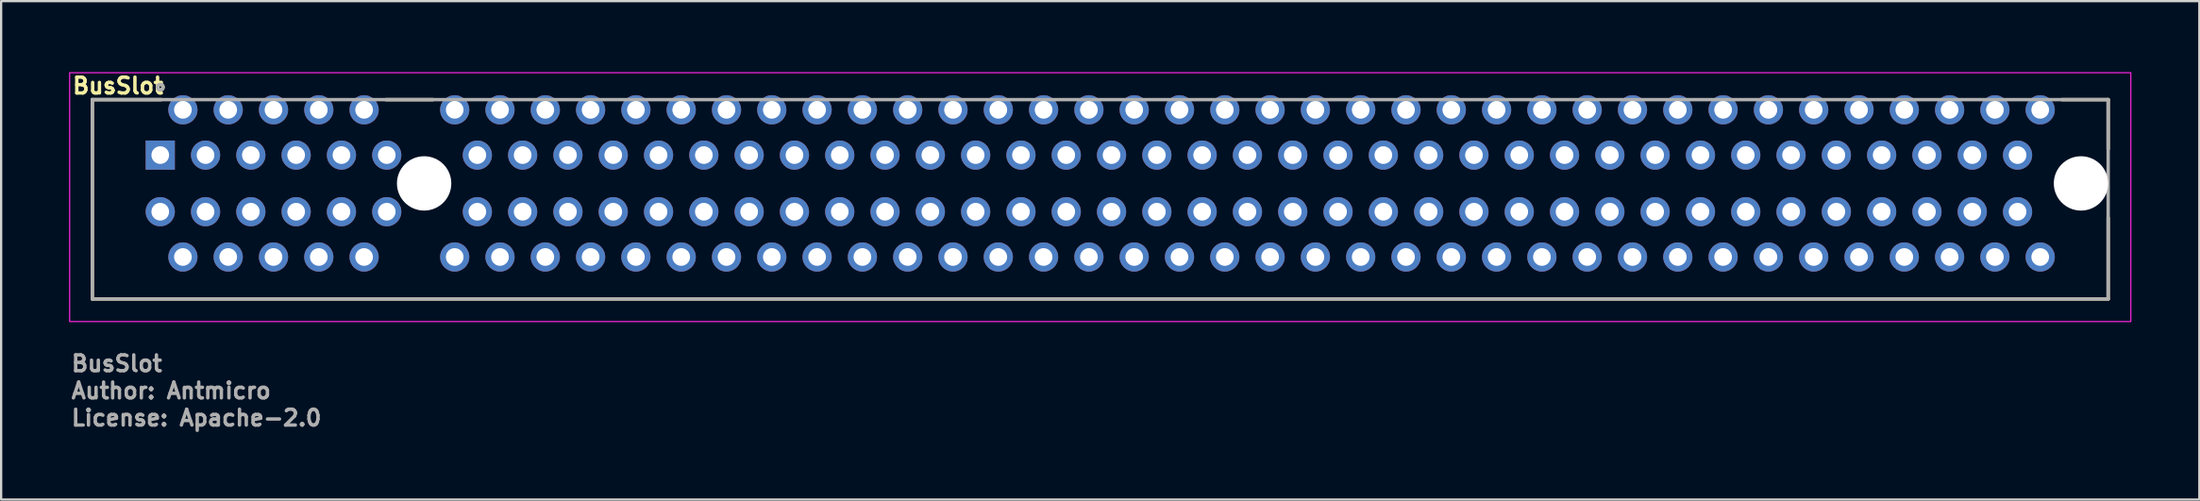
<source format=kicad_pcb>
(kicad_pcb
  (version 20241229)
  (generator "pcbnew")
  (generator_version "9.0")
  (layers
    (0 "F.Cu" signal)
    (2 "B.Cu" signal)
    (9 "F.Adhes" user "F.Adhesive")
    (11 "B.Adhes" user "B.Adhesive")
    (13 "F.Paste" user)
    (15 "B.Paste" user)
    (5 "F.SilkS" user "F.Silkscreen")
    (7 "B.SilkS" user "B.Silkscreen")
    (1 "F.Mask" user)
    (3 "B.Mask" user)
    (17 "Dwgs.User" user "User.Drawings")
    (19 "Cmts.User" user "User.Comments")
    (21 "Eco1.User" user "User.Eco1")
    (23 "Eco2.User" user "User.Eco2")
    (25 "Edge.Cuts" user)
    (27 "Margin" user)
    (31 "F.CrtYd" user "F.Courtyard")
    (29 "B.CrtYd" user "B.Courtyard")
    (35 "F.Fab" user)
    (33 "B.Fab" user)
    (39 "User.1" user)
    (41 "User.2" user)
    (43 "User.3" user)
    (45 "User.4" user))
  (footprint "BusSlot"
    (layer "F.Cu")
    (at 4.025 3.8)
    (property "Reference" "BusSlot" (at -3.95 -2.65 0) (layer "F.SilkS") (effects (font (size 0.7 0.7) (thickness 0.15)) (justify left bottom)))
    (attr through_hole)
    (fp_line (start -3 -2.45) (end 0.036 -2.45) (stroke (width 0.15) (type solid)) (layer "F.SilkS"))
    (fp_line (start -3 6.35) (end -3 -2.45) (stroke (width 0.15) (type solid)) (layer "F.SilkS"))
    (fp_line (start 9.964 -2.45) (end 12.036 -2.45) (stroke (width 0.15) (type solid)) (layer "F.SilkS"))
    (fp_line (start 83.964 -2.45) (end 86 -2.45) (stroke (width 0.15) (type solid)) (layer "F.SilkS"))
    (fp_line (start 86 -2.45) (end 86 -0.27) (stroke (width 0.15) (type solid)) (layer "F.SilkS"))
    (fp_line (start 86 6.35) (end -3 6.35) (stroke (width 0.15) (type solid)) (layer "F.SilkS"))
    (fp_line (start 86 6.35) (end 86 2.77) (stroke (width 0.15) (type solid)) (layer "F.SilkS"))
    (fp_circle (center 0 -3) (end 0.05 -3) (stroke (width 0.15) (type solid)) (fill no) (layer "F.SilkS"))
    (fp_rect (start -4 -3.64) (end 87 7.35) (stroke (width 0.05) (type solid)) (fill no) (layer "F.CrtYd"))
    (fp_line (start -3 -2.45) (end 86 -2.45) (stroke (width 0.15) (type solid)) (layer "F.Fab"))
    (fp_line (start -3 6.35) (end -3 -2.45) (stroke (width 0.15) (type solid)) (layer "F.Fab"))
    (fp_line (start 86 -2.45) (end 86 6.35) (stroke (width 0.15) (type solid)) (layer "F.Fab"))
    (fp_line (start 86 6.35) (end -3 6.35) (stroke (width 0.15) (type solid)) (layer "F.Fab"))
    (fp_circle (center 0 -3) (end 0.05 -3) (stroke (width 0.15) (type solid)) (fill no) (layer "F.Fab"))
    (fp_rect (start -3 -2.45) (end 86 6.35) (stroke (width 0.1) (type solid)) (fill no) (layer "User.5"))
    (fp_line (start -3 -2.45) (end -3 4.95) (stroke (width 0.02) (type solid)) (layer "User.9"))
    (fp_line (start -3 4.95) (end 2.5 4.95) (stroke (width 0.02) (type solid)) (layer "User.9"))
    (fp_line (start -3 6.35) (end -3 4.95) (stroke (width 0.02) (type solid)) (layer "User.9"))
    (fp_line (start -3 6.35) (end 2.5 6.35) (stroke (width 0.02) (type solid)) (layer "User.9"))
    (fp_line (start -1.44 -0.05) (end -1.04 0.35) (stroke (width 0.02) (type solid)) (layer "User.9"))
    (fp_line (start -1.44 -0.05) (end 11.01 -0.05) (stroke (width 0.02) (type solid)) (layer "User.9"))
    (fp_line (start -1.44 2.55) (end -1.44 -0.05) (stroke (width 0.02) (type solid)) (layer "User.9"))
    (fp_line (start -1.04 0.35) (end -1.04 2.15) (stroke (width 0.02) (type solid)) (layer "User.9"))
    (fp_line (start -1.04 2.15) (end -1.44 2.55) (stroke (width 0.02) (type solid)) (layer "User.9"))
    (fp_line (start -1.04 2.15) (end 10.61 2.15) (stroke (width 0.02) (type solid)) (layer "User.9"))
    (fp_line (start 2.5 4.95) (end 2.5 6.35) (stroke (width 0.02) (type solid)) (layer "User.9"))
    (fp_line (start 4 4.95) (end 2.5 4.95) (stroke (width 0.02) (type solid)) (layer "User.9"))
    (fp_line (start 4 4.95) (end 11 4.95) (stroke (width 0.02) (type solid)) (layer "User.9"))
    (fp_line (start 4 6.35) (end 4 4.95) (stroke (width 0.02) (type solid)) (layer "User.9"))
    (fp_line (start 4 6.35) (end 11 6.35) (stroke (width 0.02) (type solid)) (layer "User.9"))
    (fp_line (start 10.61 0.35) (end -1.04 0.35) (stroke (width 0.02) (type solid)) (layer "User.9"))
    (fp_line (start 10.61 2.15) (end 10.61 0.35) (stroke (width 0.02) (type solid)) (layer "User.9"))
    (fp_line (start 10.61 2.15) (end 11.01 2.55) (stroke (width 0.02) (type solid)) (layer "User.9"))
    (fp_line (start 11 4.95) (end 11 6.35) (stroke (width 0.02) (type solid)) (layer "User.9"))
    (fp_line (start 11.01 -0.05) (end 10.61 0.35) (stroke (width 0.02) (type solid)) (layer "User.9"))
    (fp_line (start 11.01 -0.05) (end 11.01 2.55) (stroke (width 0.02) (type solid)) (layer "User.9"))
    (fp_line (start 11.01 2.55) (end -1.44 2.55) (stroke (width 0.02) (type solid)) (layer "User.9"))
    (fp_line (start 11.99 -0.05) (end 12.39 0.35) (stroke (width 0.02) (type solid)) (layer "User.9"))
    (fp_line (start 11.99 -0.05) (end 84.44 -0.05) (stroke (width 0.02) (type solid)) (layer "User.9"))
    (fp_line (start 11.99 2.55) (end 11.99 -0.05) (stroke (width 0.02) (type solid)) (layer "User.9"))
    (fp_line (start 12.39 0.35) (end 12.39 2.15) (stroke (width 0.02) (type solid)) (layer "User.9"))
    (fp_line (start 12.39 2.15) (end 11.99 2.55) (stroke (width 0.02) (type solid)) (layer "User.9"))
    (fp_line (start 12.39 2.15) (end 84.04 2.15) (stroke (width 0.02) (type solid)) (layer "User.9"))
    (fp_line (start 12.5 4.95) (end 11 4.95) (stroke (width 0.02) (type solid)) (layer "User.9"))
    (fp_line (start 12.5 4.95) (end 19.5 4.95) (stroke (width 0.02) (type solid)) (layer "User.9"))
    (fp_line (start 12.5 6.35) (end 12.5 4.95) (stroke (width 0.02) (type solid)) (layer "User.9"))
    (fp_line (start 12.5 6.35) (end 19.5 6.35) (stroke (width 0.02) (type solid)) (layer "User.9"))
    (fp_line (start 19.5 4.95) (end 19.5 6.35) (stroke (width 0.02) (type solid)) (layer "User.9"))
    (fp_line (start 21 4.95) (end 19.5 4.95) (stroke (width 0.02) (type solid)) (layer "User.9"))
    (fp_line (start 21 4.95) (end 28 4.95) (stroke (width 0.02) (type solid)) (layer "User.9"))
    (fp_line (start 21 6.35) (end 21 4.95) (stroke (width 0.02) (type solid)) (layer "User.9"))
    (fp_line (start 21 6.35) (end 28 6.35) (stroke (width 0.02) (type solid)) (layer "User.9"))
    (fp_line (start 28 4.95) (end 28 6.35) (stroke (width 0.02) (type solid)) (layer "User.9"))
    (fp_line (start 29.5 4.95) (end 28 4.95) (stroke (width 0.02) (type solid)) (layer "User.9"))
    (fp_line (start 29.5 4.95) (end 36.5 4.95) (stroke (width 0.02) (type solid)) (layer "User.9"))
    (fp_line (start 29.5 6.35) (end 29.5 4.95) (stroke (width 0.02) (type solid)) (layer "User.9"))
    (fp_line (start 29.5 6.35) (end 36.5 6.35) (stroke (width 0.02) (type solid)) (layer "User.9"))
    (fp_line (start 36.5 4.95) (end 36.5 6.35) (stroke (width 0.02) (type solid)) (layer "User.9"))
    (fp_line (start 38 4.95) (end 36.5 4.95) (stroke (width 0.02) (type solid)) (layer "User.9"))
    (fp_line (start 38 4.95) (end 45 4.95) (stroke (width 0.02) (type solid)) (layer "User.9"))
    (fp_line (start 38 6.35) (end 38 4.95) (stroke (width 0.02) (type solid)) (layer "User.9"))
    (fp_line (start 38 6.35) (end 45 6.35) (stroke (width 0.02) (type solid)) (layer "User.9"))
    (fp_line (start 45 4.95) (end 45 6.35) (stroke (width 0.02) (type solid)) (layer "User.9"))
    (fp_line (start 46.5 4.95) (end 45 4.95) (stroke (width 0.02) (type solid)) (layer "User.9"))
    (fp_line (start 46.5 4.95) (end 53.5 4.95) (stroke (width 0.02) (type solid)) (layer "User.9"))
    (fp_line (start 46.5 6.35) (end 46.5 4.95) (stroke (width 0.02) (type solid)) (layer "User.9"))
    (fp_line (start 46.5 6.35) (end 53.5 6.35) (stroke (width 0.02) (type solid)) (layer "User.9"))
    (fp_line (start 53.5 4.95) (end 53.5 6.35) (stroke (width 0.02) (type solid)) (layer "User.9"))
    (fp_line (start 55 4.95) (end 53.5 4.95) (stroke (width 0.02) (type solid)) (layer "User.9"))
    (fp_line (start 55 4.95) (end 62 4.95) (stroke (width 0.02) (type solid)) (layer "User.9"))
    (fp_line (start 55 6.35) (end 55 4.95) (stroke (width 0.02) (type solid)) (layer "User.9"))
    (fp_line (start 55 6.35) (end 62 6.35) (stroke (width 0.02) (type solid)) (layer "User.9"))
    (fp_line (start 62 4.95) (end 62 6.35) (stroke (width 0.02) (type solid)) (layer "User.9"))
    (fp_line (start 63.5 4.95) (end 62 4.95) (stroke (width 0.02) (type solid)) (layer "User.9"))
    (fp_line (start 63.5 4.95) (end 70.5 4.95) (stroke (width 0.02) (type solid)) (layer "User.9"))
    (fp_line (start 63.5 6.35) (end 63.5 4.95) (stroke (width 0.02) (type solid)) (layer "User.9"))
    (fp_line (start 63.5 6.35) (end 70.5 6.35) (stroke (width 0.02) (type solid)) (layer "User.9"))
    (fp_line (start 70.5 4.95) (end 70.5 6.35) (stroke (width 0.02) (type solid)) (layer "User.9"))
    (fp_line (start 72 4.95) (end 70.5 4.95) (stroke (width 0.02) (type solid)) (layer "User.9"))
    (fp_line (start 72 4.95) (end 79 4.95) (stroke (width 0.02) (type solid)) (layer "User.9"))
    (fp_line (start 72 6.35) (end 72 4.95) (stroke (width 0.02) (type solid)) (layer "User.9"))
    (fp_line (start 72 6.35) (end 79 6.35) (stroke (width 0.02) (type solid)) (layer "User.9"))
    (fp_line (start 79 4.95) (end 79 6.35) (stroke (width 0.02) (type solid)) (layer "User.9"))
    (fp_line (start 80.5 4.95) (end 79 4.95) (stroke (width 0.02) (type solid)) (layer "User.9"))
    (fp_line (start 80.5 4.95) (end 86 4.95) (stroke (width 0.02) (type solid)) (layer "User.9"))
    (fp_line (start 80.5 6.35) (end 80.5 4.95) (stroke (width 0.02) (type solid)) (layer "User.9"))
    (fp_line (start 80.5 6.35) (end 86 6.35) (stroke (width 0.02) (type solid)) (layer "User.9"))
    (fp_line (start 84.04 0.35) (end 12.39 0.35) (stroke (width 0.02) (type solid)) (layer "User.9"))
    (fp_line (start 84.04 2.15) (end 84.04 0.35) (stroke (width 0.02) (type solid)) (layer "User.9"))
    (fp_line (start 84.04 2.15) (end 84.44 2.55) (stroke (width 0.02) (type solid)) (layer "User.9"))
    (fp_line (start 84.44 -0.05) (end 84.04 0.35) (stroke (width 0.02) (type solid)) (layer "User.9"))
    (fp_line (start 84.44 -0.05) (end 84.44 2.55) (stroke (width 0.02) (type solid)) (layer "User.9"))
    (fp_line (start 84.44 2.55) (end 11.99 2.55) (stroke (width 0.02) (type solid)) (layer "User.9"))
    (fp_line (start 86 -2.45) (end -3 -2.45) (stroke (width 0.02) (type solid)) (layer "User.9"))
    (fp_line (start 86 4.95) (end 86 -2.45) (stroke (width 0.02) (type solid)) (layer "User.9"))
    (fp_line (start 86 4.95) (end 86 6.35) (stroke (width 0.02) (type solid)) (layer "User.9"))
    (fp_text user "License: Apache-2.0" (at -4 12.015 0) (layer "F.Fab") (effects (font (size 0.7 0.7) (thickness 0.15)) (justify left bottom)))
    (fp_text user "${REFERENCE}" (at -4 9.615 0) (layer "F.Fab") (effects (font (size 0.7 0.7) (thickness 0.15)) (justify left bottom)))
    (fp_text user "Author: Antmicro" (at -4 10.815 0) (layer "F.Fab") (effects (font (size 0.7 0.7) (thickness 0.15)) (justify left bottom)))
    (pad "" np_thru_hole circle (at 11.65 1.25) (size 2.4 2.4) (drill 2.4) (layers "*.Cu" "*.Mask"))
    (pad "" np_thru_hole circle (at 84.8 1.25) (size 2.4 2.4) (drill 2.4) (layers "*.Cu" "*.Mask"))
    (pad "A1" thru_hole rect (at 0 0) (size 1.288 1.288) (drill 0.78) (layers "*.Cu" "*.Mask"))
    (pad "A2" thru_hole circle (at 1 -2) (size 1.288 1.288) (drill 0.78) (layers "*.Cu" "*.Mask"))
    (pad "A3" thru_hole circle (at 2 0) (size 1.288 1.288) (drill 0.78) (layers "*.Cu" "*.Mask"))
    (pad "A4" thru_hole circle (at 3 -2) (size 1.288 1.288) (drill 0.78) (layers "*.Cu" "*.Mask"))
    (pad "A5" thru_hole circle (at 4 0) (size 1.288 1.288) (drill 0.78) (layers "*.Cu" "*.Mask"))
    (pad "A6" thru_hole circle (at 5 -2) (size 1.288 1.288) (drill 0.78) (layers "*.Cu" "*.Mask"))
    (pad "A7" thru_hole circle (at 6 0) (size 1.288 1.288) (drill 0.78) (layers "*.Cu" "*.Mask"))
    (pad "A8" thru_hole circle (at 7 -2) (size 1.288 1.288) (drill 0.78) (layers "*.Cu" "*.Mask"))
    (pad "A9" thru_hole circle (at 8 0) (size 1.288 1.288) (drill 0.78) (layers "*.Cu" "*.Mask"))
    (pad "A10" thru_hole circle (at 9 -2) (size 1.288 1.288) (drill 0.78) (layers "*.Cu" "*.Mask"))
    (pad "A11" thru_hole circle (at 10 0) (size 1.288 1.288) (drill 0.78) (layers "*.Cu" "*.Mask"))
    (pad "A12" thru_hole circle (at 13 -2) (size 1.288 1.288) (drill 0.78) (layers "*.Cu" "*.Mask"))
    (pad "A13" thru_hole circle (at 14 0) (size 1.288 1.288) (drill 0.78) (layers "*.Cu" "*.Mask"))
    (pad "A14" thru_hole circle (at 15 -2) (size 1.288 1.288) (drill 0.78) (layers "*.Cu" "*.Mask"))
    (pad "A15" thru_hole circle (at 16 0) (size 1.288 1.288) (drill 0.78) (layers "*.Cu" "*.Mask"))
    (pad "A16" thru_hole circle (at 17 -2) (size 1.288 1.288) (drill 0.78) (layers "*.Cu" "*.Mask"))
    (pad "A17" thru_hole circle (at 18 0) (size 1.288 1.288) (drill 0.78) (layers "*.Cu" "*.Mask"))
    (pad "A18" thru_hole circle (at 19 -2) (size 1.288 1.288) (drill 0.78) (layers "*.Cu" "*.Mask"))
    (pad "A19" thru_hole circle (at 20 0) (size 1.288 1.288) (drill 0.78) (layers "*.Cu" "*.Mask"))
    (pad "A20" thru_hole circle (at 21 -2) (size 1.288 1.288) (drill 0.78) (layers "*.Cu" "*.Mask"))
    (pad "A21" thru_hole circle (at 22 0) (size 1.288 1.288) (drill 0.78) (layers "*.Cu" "*.Mask"))
    (pad "A22" thru_hole circle (at 23 -2) (size 1.288 1.288) (drill 0.78) (layers "*.Cu" "*.Mask"))
    (pad "A23" thru_hole circle (at 24 0) (size 1.288 1.288) (drill 0.78) (layers "*.Cu" "*.Mask"))
    (pad "A24" thru_hole circle (at 25 -2) (size 1.288 1.288) (drill 0.78) (layers "*.Cu" "*.Mask"))
    (pad "A25" thru_hole circle (at 26 0) (size 1.288 1.288) (drill 0.78) (layers "*.Cu" "*.Mask"))
    (pad "A26" thru_hole circle (at 27 -2) (size 1.288 1.288) (drill 0.78) (layers "*.Cu" "*.Mask"))
    (pad "A27" thru_hole circle (at 28 0) (size 1.288 1.288) (drill 0.78) (layers "*.Cu" "*.Mask"))
    (pad "A28" thru_hole circle (at 29 -2) (size 1.288 1.288) (drill 0.78) (layers "*.Cu" "*.Mask"))
    (pad "A29" thru_hole circle (at 30 0) (size 1.288 1.288) (drill 0.78) (layers "*.Cu" "*.Mask"))
    (pad "A30" thru_hole circle (at 31 -2) (size 1.288 1.288) (drill 0.78) (layers "*.Cu" "*.Mask"))
    (pad "A31" thru_hole circle (at 32 0) (size 1.288 1.288) (drill 0.78) (layers "*.Cu" "*.Mask"))
    (pad "A32" thru_hole circle (at 33 -2) (size 1.288 1.288) (drill 0.78) (layers "*.Cu" "*.Mask"))
    (pad "A33" thru_hole circle (at 34 0) (size 1.288 1.288) (drill 0.78) (layers "*.Cu" "*.Mask"))
    (pad "A34" thru_hole circle (at 35 -2) (size 1.288 1.288) (drill 0.78) (layers "*.Cu" "*.Mask"))
    (pad "A35" thru_hole circle (at 36 0) (size 1.288 1.288) (drill 0.78) (layers "*.Cu" "*.Mask"))
    (pad "A36" thru_hole circle (at 37 -2) (size 1.288 1.288) (drill 0.78) (layers "*.Cu" "*.Mask"))
    (pad "A37" thru_hole circle (at 38 0) (size 1.288 1.288) (drill 0.78) (layers "*.Cu" "*.Mask"))
    (pad "A38" thru_hole circle (at 39 -2) (size 1.288 1.288) (drill 0.78) (layers "*.Cu" "*.Mask"))
    (pad "A39" thru_hole circle (at 40 0) (size 1.288 1.288) (drill 0.78) (layers "*.Cu" "*.Mask"))
    (pad "A40" thru_hole circle (at 41 -2) (size 1.288 1.288) (drill 0.78) (layers "*.Cu" "*.Mask"))
    (pad "A41" thru_hole circle (at 42 0) (size 1.288 1.288) (drill 0.78) (layers "*.Cu" "*.Mask"))
    (pad "A42" thru_hole circle (at 43 -2) (size 1.288 1.288) (drill 0.78) (layers "*.Cu" "*.Mask"))
    (pad "A43" thru_hole circle (at 44 0) (size 1.288 1.288) (drill 0.78) (layers "*.Cu" "*.Mask"))
    (pad "A44" thru_hole circle (at 45 -2) (size 1.288 1.288) (drill 0.78) (layers "*.Cu" "*.Mask"))
    (pad "A45" thru_hole circle (at 46 0) (size 1.288 1.288) (drill 0.78) (layers "*.Cu" "*.Mask"))
    (pad "A46" thru_hole circle (at 47 -2) (size 1.288 1.288) (drill 0.78) (layers "*.Cu" "*.Mask"))
    (pad "A47" thru_hole circle (at 48 0) (size 1.288 1.288) (drill 0.78) (layers "*.Cu" "*.Mask"))
    (pad "A48" thru_hole circle (at 49 -2) (size 1.288 1.288) (drill 0.78) (layers "*.Cu" "*.Mask"))
    (pad "A49" thru_hole circle (at 50 0) (size 1.288 1.288) (drill 0.78) (layers "*.Cu" "*.Mask"))
    (pad "A50" thru_hole circle (at 51 -2) (size 1.288 1.288) (drill 0.78) (layers "*.Cu" "*.Mask"))
    (pad "A51" thru_hole circle (at 52 0) (size 1.288 1.288) (drill 0.78) (layers "*.Cu" "*.Mask"))
    (pad "A52" thru_hole circle (at 53 -2) (size 1.288 1.288) (drill 0.78) (layers "*.Cu" "*.Mask"))
    (pad "A53" thru_hole circle (at 54 0) (size 1.288 1.288) (drill 0.78) (layers "*.Cu" "*.Mask"))
    (pad "A54" thru_hole circle (at 55 -2) (size 1.288 1.288) (drill 0.78) (layers "*.Cu" "*.Mask"))
    (pad "A55" thru_hole circle (at 56 0) (size 1.288 1.288) (drill 0.78) (layers "*.Cu" "*.Mask"))
    (pad "A56" thru_hole circle (at 57 -2) (size 1.288 1.288) (drill 0.78) (layers "*.Cu" "*.Mask"))
    (pad "A57" thru_hole circle (at 58 0) (size 1.288 1.288) (drill 0.78) (layers "*.Cu" "*.Mask"))
    (pad "A58" thru_hole circle (at 59 -2) (size 1.288 1.288) (drill 0.78) (layers "*.Cu" "*.Mask"))
    (pad "A59" thru_hole circle (at 60 0) (size 1.288 1.288) (drill 0.78) (layers "*.Cu" "*.Mask"))
    (pad "A60" thru_hole circle (at 61 -2) (size 1.288 1.288) (drill 0.78) (layers "*.Cu" "*.Mask"))
    (pad "A61" thru_hole circle (at 62 0) (size 1.288 1.288) (drill 0.78) (layers "*.Cu" "*.Mask"))
    (pad "A62" thru_hole circle (at 63 -2) (size 1.288 1.288) (drill 0.78) (layers "*.Cu" "*.Mask"))
    (pad "A63" thru_hole circle (at 64 0) (size 1.288 1.288) (drill 0.78) (layers "*.Cu" "*.Mask"))
    (pad "A64" thru_hole circle (at 65 -2) (size 1.288 1.288) (drill 0.78) (layers "*.Cu" "*.Mask"))
    (pad "A65" thru_hole circle (at 66 0) (size 1.288 1.288) (drill 0.78) (layers "*.Cu" "*.Mask"))
    (pad "A66" thru_hole circle (at 67 -2) (size 1.288 1.288) (drill 0.78) (layers "*.Cu" "*.Mask"))
    (pad "A67" thru_hole circle (at 68 0) (size 1.288 1.288) (drill 0.78) (layers "*.Cu" "*.Mask"))
    (pad "A68" thru_hole circle (at 69 -2) (size 1.288 1.288) (drill 0.78) (layers "*.Cu" "*.Mask"))
    (pad "A69" thru_hole circle (at 70 0) (size 1.288 1.288) (drill 0.78) (layers "*.Cu" "*.Mask"))
    (pad "A70" thru_hole circle (at 71 -2) (size 1.288 1.288) (drill 0.78) (layers "*.Cu" "*.Mask"))
    (pad "A71" thru_hole circle (at 72 0) (size 1.288 1.288) (drill 0.78) (layers "*.Cu" "*.Mask"))
    (pad "A72" thru_hole circle (at 73 -2) (size 1.288 1.288) (drill 0.78) (layers "*.Cu" "*.Mask"))
    (pad "A73" thru_hole circle (at 74 0) (size 1.288 1.288) (drill 0.78) (layers "*.Cu" "*.Mask"))
    (pad "A74" thru_hole circle (at 75 -2) (size 1.288 1.288) (drill 0.78) (layers "*.Cu" "*.Mask"))
    (pad "A75" thru_hole circle (at 76 0) (size 1.288 1.288) (drill 0.78) (layers "*.Cu" "*.Mask"))
    (pad "A76" thru_hole circle (at 77 -2) (size 1.288 1.288) (drill 0.78) (layers "*.Cu" "*.Mask"))
    (pad "A77" thru_hole circle (at 78 0) (size 1.288 1.288) (drill 0.78) (layers "*.Cu" "*.Mask"))
    (pad "A78" thru_hole circle (at 79 -2) (size 1.288 1.288) (drill 0.78) (layers "*.Cu" "*.Mask"))
    (pad "A79" thru_hole circle (at 80 0) (size 1.288 1.288) (drill 0.78) (layers "*.Cu" "*.Mask"))
    (pad "A80" thru_hole circle (at 81 -2) (size 1.288 1.288) (drill 0.78) (layers "*.Cu" "*.Mask"))
    (pad "A81" thru_hole circle (at 82 0) (size 1.288 1.288) (drill 0.78) (layers "*.Cu" "*.Mask"))
    (pad "A82" thru_hole circle (at 83 -2) (size 1.288 1.288) (drill 0.78) (layers "*.Cu" "*.Mask"))
    (pad "B1" thru_hole circle (at 0 2.5) (size 1.288 1.288) (drill 0.78) (layers "*.Cu" "*.Mask"))
    (pad "B2" thru_hole circle (at 1 4.5) (size 1.288 1.288) (drill 0.78) (layers "*.Cu" "*.Mask"))
    (pad "B3" thru_hole circle (at 2 2.5) (size 1.288 1.288) (drill 0.78) (layers "*.Cu" "*.Mask"))
    (pad "B4" thru_hole circle (at 3 4.5) (size 1.288 1.288) (drill 0.78) (layers "*.Cu" "*.Mask"))
    (pad "B5" thru_hole circle (at 4 2.5) (size 1.288 1.288) (drill 0.78) (layers "*.Cu" "*.Mask"))
    (pad "B6" thru_hole circle (at 5 4.5) (size 1.288 1.288) (drill 0.78) (layers "*.Cu" "*.Mask"))
    (pad "B7" thru_hole circle (at 6 2.5) (size 1.288 1.288) (drill 0.78) (layers "*.Cu" "*.Mask"))
    (pad "B8" thru_hole circle (at 7 4.5) (size 1.288 1.288) (drill 0.78) (layers "*.Cu" "*.Mask"))
    (pad "B9" thru_hole circle (at 8 2.5) (size 1.288 1.288) (drill 0.78) (layers "*.Cu" "*.Mask"))
    (pad "B10" thru_hole circle (at 9 4.5) (size 1.288 1.288) (drill 0.78) (layers "*.Cu" "*.Mask"))
    (pad "B11" thru_hole circle (at 10 2.5) (size 1.288 1.288) (drill 0.78) (layers "*.Cu" "*.Mask"))
    (pad "B12" thru_hole circle (at 13 4.5) (size 1.288 1.288) (drill 0.78) (layers "*.Cu" "*.Mask"))
    (pad "B13" thru_hole circle (at 14 2.5) (size 1.288 1.288) (drill 0.78) (layers "*.Cu" "*.Mask"))
    (pad "B14" thru_hole circle (at 15 4.5) (size 1.288 1.288) (drill 0.78) (layers "*.Cu" "*.Mask"))
    (pad "B15" thru_hole circle (at 16 2.5) (size 1.288 1.288) (drill 0.78) (layers "*.Cu" "*.Mask"))
    (pad "B16" thru_hole circle (at 17 4.5) (size 1.288 1.288) (drill 0.78) (layers "*.Cu" "*.Mask"))
    (pad "B17" thru_hole circle (at 18 2.5) (size 1.288 1.288) (drill 0.78) (layers "*.Cu" "*.Mask"))
    (pad "B18" thru_hole circle (at 19 4.5) (size 1.288 1.288) (drill 0.78) (layers "*.Cu" "*.Mask"))
    (pad "B19" thru_hole circle (at 20 2.5) (size 1.288 1.288) (drill 0.78) (layers "*.Cu" "*.Mask"))
    (pad "B20" thru_hole circle (at 21 4.5) (size 1.288 1.288) (drill 0.78) (layers "*.Cu" "*.Mask"))
    (pad "B21" thru_hole circle (at 22 2.5) (size 1.288 1.288) (drill 0.78) (layers "*.Cu" "*.Mask"))
    (pad "B22" thru_hole circle (at 23 4.5) (size 1.288 1.288) (drill 0.78) (layers "*.Cu" "*.Mask"))
    (pad "B23" thru_hole circle (at 24 2.5) (size 1.288 1.288) (drill 0.78) (layers "*.Cu" "*.Mask"))
    (pad "B24" thru_hole circle (at 25 4.5) (size 1.288 1.288) (drill 0.78) (layers "*.Cu" "*.Mask"))
    (pad "B25" thru_hole circle (at 26 2.5) (size 1.288 1.288) (drill 0.78) (layers "*.Cu" "*.Mask"))
    (pad "B26" thru_hole circle (at 27 4.5) (size 1.288 1.288) (drill 0.78) (layers "*.Cu" "*.Mask"))
    (pad "B27" thru_hole circle (at 28 2.5) (size 1.288 1.288) (drill 0.78) (layers "*.Cu" "*.Mask"))
    (pad "B28" thru_hole circle (at 29 4.5) (size 1.288 1.288) (drill 0.78) (layers "*.Cu" "*.Mask"))
    (pad "B29" thru_hole circle (at 30 2.5) (size 1.288 1.288) (drill 0.78) (layers "*.Cu" "*.Mask"))
    (pad "B30" thru_hole circle (at 31 4.5) (size 1.288 1.288) (drill 0.78) (layers "*.Cu" "*.Mask"))
    (pad "B31" thru_hole circle (at 32 2.5) (size 1.288 1.288) (drill 0.78) (layers "*.Cu" "*.Mask"))
    (pad "B32" thru_hole circle (at 33 4.5) (size 1.288 1.288) (drill 0.78) (layers "*.Cu" "*.Mask"))
    (pad "B33" thru_hole circle (at 34 2.5) (size 1.288 1.288) (drill 0.78) (layers "*.Cu" "*.Mask"))
    (pad "B34" thru_hole circle (at 35 4.5) (size 1.288 1.288) (drill 0.78) (layers "*.Cu" "*.Mask"))
    (pad "B35" thru_hole circle (at 36 2.5) (size 1.288 1.288) (drill 0.78) (layers "*.Cu" "*.Mask"))
    (pad "B36" thru_hole circle (at 37 4.5) (size 1.288 1.288) (drill 0.78) (layers "*.Cu" "*.Mask"))
    (pad "B37" thru_hole circle (at 38 2.5) (size 1.288 1.288) (drill 0.78) (layers "*.Cu" "*.Mask"))
    (pad "B38" thru_hole circle (at 39 4.5) (size 1.288 1.288) (drill 0.78) (layers "*.Cu" "*.Mask"))
    (pad "B39" thru_hole circle (at 40 2.5) (size 1.288 1.288) (drill 0.78) (layers "*.Cu" "*.Mask"))
    (pad "B40" thru_hole circle (at 41 4.5) (size 1.288 1.288) (drill 0.78) (layers "*.Cu" "*.Mask"))
    (pad "B41" thru_hole circle (at 42 2.5) (size 1.288 1.288) (drill 0.78) (layers "*.Cu" "*.Mask"))
    (pad "B42" thru_hole circle (at 43 4.5) (size 1.288 1.288) (drill 0.78) (layers "*.Cu" "*.Mask"))
    (pad "B43" thru_hole circle (at 44 2.5) (size 1.288 1.288) (drill 0.78) (layers "*.Cu" "*.Mask"))
    (pad "B44" thru_hole circle (at 45 4.5) (size 1.288 1.288) (drill 0.78) (layers "*.Cu" "*.Mask"))
    (pad "B45" thru_hole circle (at 46 2.5) (size 1.288 1.288) (drill 0.78) (layers "*.Cu" "*.Mask"))
    (pad "B46" thru_hole circle (at 47 4.5) (size 1.288 1.288) (drill 0.78) (layers "*.Cu" "*.Mask"))
    (pad "B47" thru_hole circle (at 48 2.5) (size 1.288 1.288) (drill 0.78) (layers "*.Cu" "*.Mask"))
    (pad "B48" thru_hole circle (at 49 4.5) (size 1.288 1.288) (drill 0.78) (layers "*.Cu" "*.Mask"))
    (pad "B49" thru_hole circle (at 50 2.5) (size 1.288 1.288) (drill 0.78) (layers "*.Cu" "*.Mask"))
    (pad "B50" thru_hole circle (at 51 4.5) (size 1.288 1.288) (drill 0.78) (layers "*.Cu" "*.Mask"))
    (pad "B51" thru_hole circle (at 52 2.5) (size 1.288 1.288) (drill 0.78) (layers "*.Cu" "*.Mask"))
    (pad "B52" thru_hole circle (at 53 4.5) (size 1.288 1.288) (drill 0.78) (layers "*.Cu" "*.Mask"))
    (pad "B53" thru_hole circle (at 54 2.5) (size 1.288 1.288) (drill 0.78) (layers "*.Cu" "*.Mask"))
    (pad "B54" thru_hole circle (at 55 4.5) (size 1.288 1.288) (drill 0.78) (layers "*.Cu" "*.Mask"))
    (pad "B55" thru_hole circle (at 56 2.5) (size 1.288 1.288) (drill 0.78) (layers "*.Cu" "*.Mask"))
    (pad "B56" thru_hole circle (at 57 4.5) (size 1.288 1.288) (drill 0.78) (layers "*.Cu" "*.Mask"))
    (pad "B57" thru_hole circle (at 58 2.5) (size 1.288 1.288) (drill 0.78) (layers "*.Cu" "*.Mask"))
    (pad "B58" thru_hole circle (at 59 4.5) (size 1.288 1.288) (drill 0.78) (layers "*.Cu" "*.Mask"))
    (pad "B59" thru_hole circle (at 60 2.5) (size 1.288 1.288) (drill 0.78) (layers "*.Cu" "*.Mask"))
    (pad "B60" thru_hole circle (at 61 4.5) (size 1.288 1.288) (drill 0.78) (layers "*.Cu" "*.Mask"))
    (pad "B61" thru_hole circle (at 62 2.5) (size 1.288 1.288) (drill 0.78) (layers "*.Cu" "*.Mask"))
    (pad "B62" thru_hole circle (at 63 4.5) (size 1.288 1.288) (drill 0.78) (layers "*.Cu" "*.Mask"))
    (pad "B63" thru_hole circle (at 64 2.5) (size 1.288 1.288) (drill 0.78) (layers "*.Cu" "*.Mask"))
    (pad "B64" thru_hole circle (at 65 4.5) (size 1.288 1.288) (drill 0.78) (layers "*.Cu" "*.Mask"))
    (pad "B65" thru_hole circle (at 66 2.5) (size 1.288 1.288) (drill 0.78) (layers "*.Cu" "*.Mask"))
    (pad "B66" thru_hole circle (at 67 4.5) (size 1.288 1.288) (drill 0.78) (layers "*.Cu" "*.Mask"))
    (pad "B67" thru_hole circle (at 68 2.5) (size 1.288 1.288) (drill 0.78) (layers "*.Cu" "*.Mask"))
    (pad "B68" thru_hole circle (at 69 4.5) (size 1.288 1.288) (drill 0.78) (layers "*.Cu" "*.Mask"))
    (pad "B69" thru_hole circle (at 70 2.5) (size 1.288 1.288) (drill 0.78) (layers "*.Cu" "*.Mask"))
    (pad "B70" thru_hole circle (at 71 4.5) (size 1.288 1.288) (drill 0.78) (layers "*.Cu" "*.Mask"))
    (pad "B71" thru_hole circle (at 72 2.5) (size 1.288 1.288) (drill 0.78) (layers "*.Cu" "*.Mask"))
    (pad "B72" thru_hole circle (at 73 4.5) (size 1.288 1.288) (drill 0.78) (layers "*.Cu" "*.Mask"))
    (pad "B73" thru_hole circle (at 74 2.5) (size 1.288 1.288) (drill 0.78) (layers "*.Cu" "*.Mask"))
    (pad "B74" thru_hole circle (at 75 4.5) (size 1.288 1.288) (drill 0.78) (layers "*.Cu" "*.Mask"))
    (pad "B75" thru_hole circle (at 76 2.5) (size 1.288 1.288) (drill 0.78) (layers "*.Cu" "*.Mask"))
    (pad "B76" thru_hole circle (at 77 4.5) (size 1.288 1.288) (drill 0.78) (layers "*.Cu" "*.Mask"))
    (pad "B77" thru_hole circle (at 78 2.5) (size 1.288 1.288) (drill 0.78) (layers "*.Cu" "*.Mask"))
    (pad "B78" thru_hole circle (at 79 4.5) (size 1.288 1.288) (drill 0.78) (layers "*.Cu" "*.Mask"))
    (pad "B79" thru_hole circle (at 80 2.5) (size 1.288 1.288) (drill 0.78) (layers "*.Cu" "*.Mask"))
    (pad "B80" thru_hole circle (at 81 4.5) (size 1.288 1.288) (drill 0.78) (layers "*.Cu" "*.Mask"))
    (pad "B81" thru_hole circle (at 82 2.5) (size 1.288 1.288) (drill 0.78) (layers "*.Cu" "*.Mask"))
    (pad "B82" thru_hole circle (at 83 4.5) (size 1.288 1.288) (drill 0.78) (layers "*.Cu" "*.Mask")))
  (gr_rect
    (start -3 -3)
    (end 94.05 19.011)
    (stroke (width 0.1) (type default))
    (fill no)
    (layer "Edge.Cuts")))
</source>
